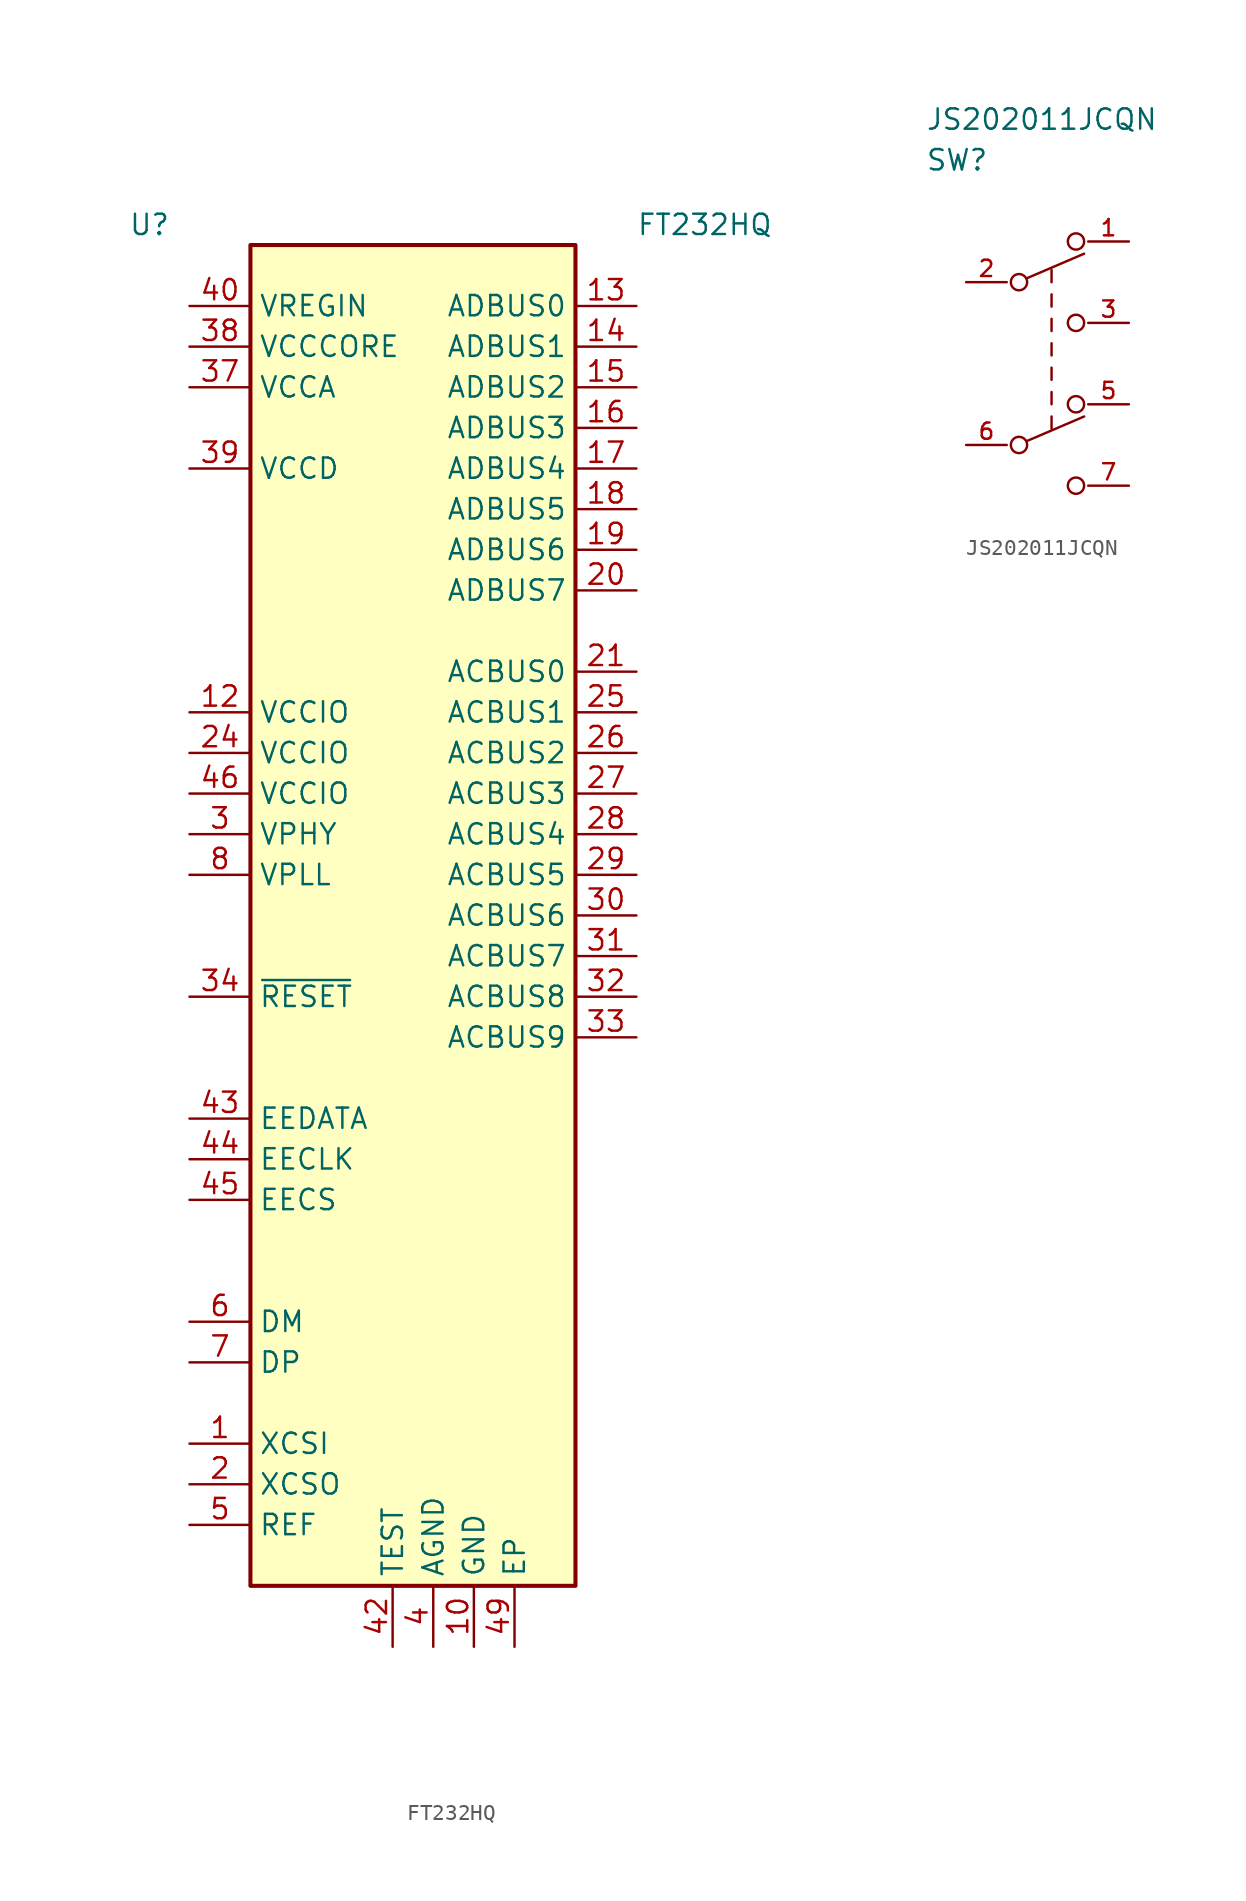
<source format=kicad_sym>
(kicad_symbol_lib
  (version 20211014)
  (generator kicad_symbol_editor)
  (symbol "FT232HQ"
    (property "Reference" "U"
      (at -19.05 35.56 0)
      (effects (font (size 1.27 1.27)) (justify left)))
    (property "Value" "FT232HQ"
      (at 12.7 35.56 0)
      (effects (font (size 1.27 1.27)) (justify left)))
    (symbol "FT232HQ_0_1"
      (rectangle (start -11.43 34.29) (end 8.89 -49.53) (stroke (width 0.254) (type default) (color 0 0 0 0)) (fill (type background))))
    (symbol "FT232HQ_1_1"
      (pin input line (at -15.24 -40.64 0) (length 3.81) (name "XCSI" (effects (font (size 1.27 1.27)))) (number "1" (effects (font (size 1.27 1.27)))))
      (pin power_in line (at 2.54 -53.34 90) (length 3.81) (name "GND" (effects (font (size 1.27 1.27)))) (number "10" (effects (font (size 1.27 1.27)))))
      (pin power_in line (at 2.54 -53.34 90) (length 3.81) hide (name "GND" (effects (font (size 1.27 1.27)))) (number "11" (effects (font (size 1.27 1.27)))))
      (pin power_in line (at -15.24 5.08 0) (length 3.81) (name "VCCIO" (effects (font (size 1.27 1.27)))) (number "12" (effects (font (size 1.27 1.27)))))
      (pin bidirectional line (at 12.7 30.48 180) (length 3.81) (name "ADBUS0" (effects (font (size 1.27 1.27)))) (number "13" (effects (font (size 1.27 1.27)))))
      (pin bidirectional line (at 12.7 27.94 180) (length 3.81) (name "ADBUS1" (effects (font (size 1.27 1.27)))) (number "14" (effects (font (size 1.27 1.27)))))
      (pin bidirectional line (at 12.7 25.4 180) (length 3.81) (name "ADBUS2" (effects (font (size 1.27 1.27)))) (number "15" (effects (font (size 1.27 1.27)))))
      (pin bidirectional line (at 12.7 22.86 180) (length 3.81) (name "ADBUS3" (effects (font (size 1.27 1.27)))) (number "16" (effects (font (size 1.27 1.27)))))
      (pin bidirectional line (at 12.7 20.32 180) (length 3.81) (name "ADBUS4" (effects (font (size 1.27 1.27)))) (number "17" (effects (font (size 1.27 1.27)))))
      (pin bidirectional line (at 12.7 17.78 180) (length 3.81) (name "ADBUS5" (effects (font (size 1.27 1.27)))) (number "18" (effects (font (size 1.27 1.27)))))
      (pin bidirectional line (at 12.7 15.24 180) (length 3.81) (name "ADBUS6" (effects (font (size 1.27 1.27)))) (number "19" (effects (font (size 1.27 1.27)))))
      (pin output line (at -15.24 -43.18 0) (length 3.81) (name "XCSO" (effects (font (size 1.27 1.27)))) (number "2" (effects (font (size 1.27 1.27)))))
      (pin bidirectional line (at 12.7 12.7 180) (length 3.81) (name "ADBUS7" (effects (font (size 1.27 1.27)))) (number "20" (effects (font (size 1.27 1.27)))))
      (pin bidirectional line (at 12.7 7.62 180) (length 3.81) (name "ACBUS0" (effects (font (size 1.27 1.27)))) (number "21" (effects (font (size 1.27 1.27)))))
      (pin power_in line (at 2.54 -53.34 90) (length 3.81) hide (name "GND" (effects (font (size 1.27 1.27)))) (number "22" (effects (font (size 1.27 1.27)))))
      (pin power_in line (at 2.54 -53.34 90) (length 3.81) hide (name "GND" (effects (font (size 1.27 1.27)))) (number "23" (effects (font (size 1.27 1.27)))))
      (pin power_in line (at -15.24 2.54 0) (length 3.81) (name "VCCIO" (effects (font (size 1.27 1.27)))) (number "24" (effects (font (size 1.27 1.27)))))
      (pin bidirectional line (at 12.7 5.08 180) (length 3.81) (name "ACBUS1" (effects (font (size 1.27 1.27)))) (number "25" (effects (font (size 1.27 1.27)))))
      (pin bidirectional line (at 12.7 2.54 180) (length 3.81) (name "ACBUS2" (effects (font (size 1.27 1.27)))) (number "26" (effects (font (size 1.27 1.27)))))
      (pin bidirectional line (at 12.7 0 180) (length 3.81) (name "ACBUS3" (effects (font (size 1.27 1.27)))) (number "27" (effects (font (size 1.27 1.27)))))
      (pin bidirectional line (at 12.7 -2.54 180) (length 3.81) (name "ACBUS4" (effects (font (size 1.27 1.27)))) (number "28" (effects (font (size 1.27 1.27)))))
      (pin bidirectional line (at 12.7 -5.08 180) (length 3.81) (name "ACBUS5" (effects (font (size 1.27 1.27)))) (number "29" (effects (font (size 1.27 1.27)))))
      (pin power_in line (at -15.24 -2.54 0) (length 3.81) (name "VPHY" (effects (font (size 1.27 1.27)))) (number "3" (effects (font (size 1.27 1.27)))))
      (pin bidirectional line (at 12.7 -7.62 180) (length 3.81) (name "ACBUS6" (effects (font (size 1.27 1.27)))) (number "30" (effects (font (size 1.27 1.27)))))
      (pin bidirectional line (at 12.7 -10.16 180) (length 3.81) (name "ACBUS7" (effects (font (size 1.27 1.27)))) (number "31" (effects (font (size 1.27 1.27)))))
      (pin bidirectional line (at 12.7 -12.7 180) (length 3.81) (name "ACBUS8" (effects (font (size 1.27 1.27)))) (number "32" (effects (font (size 1.27 1.27)))))
      (pin bidirectional line (at 12.7 -15.24 180) (length 3.81) (name "ACBUS9" (effects (font (size 1.27 1.27)))) (number "33" (effects (font (size 1.27 1.27)))))
      (pin input line (at -15.24 -12.7 0) (length 3.81) (name "~{RESET}" (effects (font (size 1.27 1.27)))) (number "34" (effects (font (size 1.27 1.27)))))
      (pin power_in line (at 2.54 -53.34 90) (length 3.81) hide (name "GND" (effects (font (size 1.27 1.27)))) (number "35" (effects (font (size 1.27 1.27)))))
      (pin power_in line (at 2.54 -53.34 90) (length 3.81) hide (name "GND" (effects (font (size 1.27 1.27)))) (number "36" (effects (font (size 1.27 1.27)))))
      (pin power_out line (at -15.24 25.4 0) (length 3.81) (name "VCCA" (effects (font (size 1.27 1.27)))) (number "37" (effects (font (size 1.27 1.27)))))
      (pin power_out line (at -15.24 27.94 0) (length 3.81) (name "VCCCORE" (effects (font (size 1.27 1.27)))) (number "38" (effects (font (size 1.27 1.27)))))
      (pin power_in line (at -15.24 20.32 0) (length 3.81) (name "VCCD" (effects (font (size 1.27 1.27)))) (number "39" (effects (font (size 1.27 1.27)))))
      (pin power_in line (at 0 -53.34 90) (length 3.81) (name "AGND" (effects (font (size 1.27 1.27)))) (number "4" (effects (font (size 1.27 1.27)))))
      (pin power_in line (at -15.24 30.48 0) (length 3.81) (name "VREGIN" (effects (font (size 1.27 1.27)))) (number "40" (effects (font (size 1.27 1.27)))))
      (pin power_in line (at 0 -53.34 90) (length 3.81) hide (name "AGND" (effects (font (size 1.27 1.27)))) (number "41" (effects (font (size 1.27 1.27)))))
      (pin input line (at -2.54 -53.34 90) (length 3.81) (name "TEST" (effects (font (size 1.27 1.27)))) (number "42" (effects (font (size 1.27 1.27)))))
      (pin bidirectional line (at -15.24 -20.32 0) (length 3.81) (name "EEDATA" (effects (font (size 1.27 1.27)))) (number "43" (effects (font (size 1.27 1.27)))))
      (pin input line (at -15.24 -22.86 0) (length 3.81) (name "EECLK" (effects (font (size 1.27 1.27)))) (number "44" (effects (font (size 1.27 1.27)))))
      (pin input line (at -15.24 -25.4 0) (length 3.81) (name "EECS" (effects (font (size 1.27 1.27)))) (number "45" (effects (font (size 1.27 1.27)))))
      (pin power_in line (at -15.24 0 0) (length 3.81) (name "VCCIO" (effects (font (size 1.27 1.27)))) (number "46" (effects (font (size 1.27 1.27)))))
      (pin power_in line (at 2.54 -53.34 90) (length 3.81) hide (name "GND" (effects (font (size 1.27 1.27)))) (number "47" (effects (font (size 1.27 1.27)))))
      (pin power_in line (at 2.54 -53.34 90) (length 3.81) hide (name "GND" (effects (font (size 1.27 1.27)))) (number "48" (effects (font (size 1.27 1.27)))))
      (pin power_in line (at 5.08 -53.34 90) (length 3.81) (name "EP" (effects (font (size 1.27 1.27)))) (number "49" (effects (font (size 1.27 1.27)))))
      (pin input line (at -15.24 -45.72 0) (length 3.81) (name "REF" (effects (font (size 1.27 1.27)))) (number "5" (effects (font (size 1.27 1.27)))))
      (pin bidirectional line (at -15.24 -33.02 0) (length 3.81) (name "DM" (effects (font (size 1.27 1.27)))) (number "6" (effects (font (size 1.27 1.27)))))
      (pin bidirectional line (at -15.24 -35.56 0) (length 3.81) (name "DP" (effects (font (size 1.27 1.27)))) (number "7" (effects (font (size 1.27 1.27)))))
      (pin power_in line (at -15.24 -5.08 0) (length 3.81) (name "VPLL" (effects (font (size 1.27 1.27)))) (number "8" (effects (font (size 1.27 1.27)))))
      (pin power_in line (at 0 -53.34 90) (length 3.81) hide (name "AGND" (effects (font (size 1.27 1.27)))) (number "9" (effects (font (size 1.27 1.27)))))))
  (symbol "JS202011JCQN"
    (pin_names
      (offset 1.016))
    (property "Reference" "SW"
      (at 0 7.62 0)
      (effects (font (size 1.27 1.27)) (justify left)))
    (property "Value" "JS202011JCQN"
      (at 0 10.16 0)
      (effects (font (size 1.27 1.27)) (justify left)))
    (symbol "JS202011JCQN_1_1"
      (polyline (pts (xy 6.35 -9.906) (xy 9.906 -8.382)) (stroke (width 0) (type default) (color 0 0 0 0)) (fill (type none)))
      (polyline (pts (xy 6.35 0.254) (xy 9.906 1.778)) (stroke (width 0) (type default) (color 0 0 0 0)) (fill (type none)))
      (polyline (pts (xy 7.874 -8.382) (xy 7.874 -9.144)) (stroke (width 0) (type default) (color 0 0 0 0)) (fill (type none)))
      (polyline (pts (xy 7.874 -6.858) (xy 7.874 -7.62)) (stroke (width 0) (type default) (color 0 0 0 0)) (fill (type none)))
      (polyline (pts (xy 7.874 -5.334) (xy 7.874 -6.096)) (stroke (width 0) (type default) (color 0 0 0 0)) (fill (type none)))
      (polyline (pts (xy 7.874 -3.81) (xy 7.874 -4.572)) (stroke (width 0) (type default) (color 0 0 0 0)) (fill (type none)))
      (polyline (pts (xy 7.874 -2.286) (xy 7.874 -3.048)) (stroke (width 0) (type default) (color 0 0 0 0)) (fill (type none)))
      (polyline (pts (xy 7.874 -0.762) (xy 7.874 -1.524)) (stroke (width 0) (type default) (color 0 0 0 0)) (fill (type none)))
      (polyline (pts (xy 7.874 0.762) (xy 7.874 0)) (stroke (width 0) (type default) (color 0 0 0 0)) (fill (type none)))
      (circle (center 5.842 -10.16) (radius 0.508) (stroke (width 0) (type default) (color 0 0 0 0)) (fill (type none)))
      (circle (center 5.842 0) (radius 0.508) (stroke (width 0) (type default) (color 0 0 0 0)) (fill (type none)))
      (circle (center 9.398 -12.7) (radius 0.508) (stroke (width 0) (type default) (color 0 0 0 0)) (fill (type none)))
      (circle (center 9.398 -7.62) (radius 0.508) (stroke (width 0) (type default) (color 0 0 0 0)) (fill (type none)))
      (circle (center 9.398 -2.54) (radius 0.508) (stroke (width 0) (type default) (color 0 0 0 0)) (fill (type none)))
      (circle (center 9.398 2.54) (radius 0.508) (stroke (width 0) (type default) (color 0 0 0 0)) (fill (type none)))
      (pin passive line (at 12.7 2.54 180) (length 2.54) (name "1" (effects (font (size 0 0)))) (number "1" (effects (font (size 1.016 1.016)))))
      (pin passive line (at 2.54 0 0) (length 2.54) (name "1_C" (effects (font (size 0 0)))) (number "2" (effects (font (size 1.016 1.016)))))
      (pin passive line (at 12.7 -2.54 180) (length 2.54) (name "3" (effects (font (size 0 0)))) (number "3" (effects (font (size 1.016 1.016)))))
      (pin passive line (at 12.7 -7.62 180) (length 2.54) (name "5" (effects (font (size 0 0)))) (number "5" (effects (font (size 1.016 1.016)))))
      (pin passive line (at 2.54 -10.16 0) (length 2.54) (name "2_C" (effects (font (size 0 0)))) (number "6" (effects (font (size 1.016 1.016)))))
      (pin passive line (at 12.7 -12.7 180) (length 2.54) (name "7" (effects (font (size 0 0)))) (number "7" (effects (font (size 1.016 1.016))))))))
</source>
